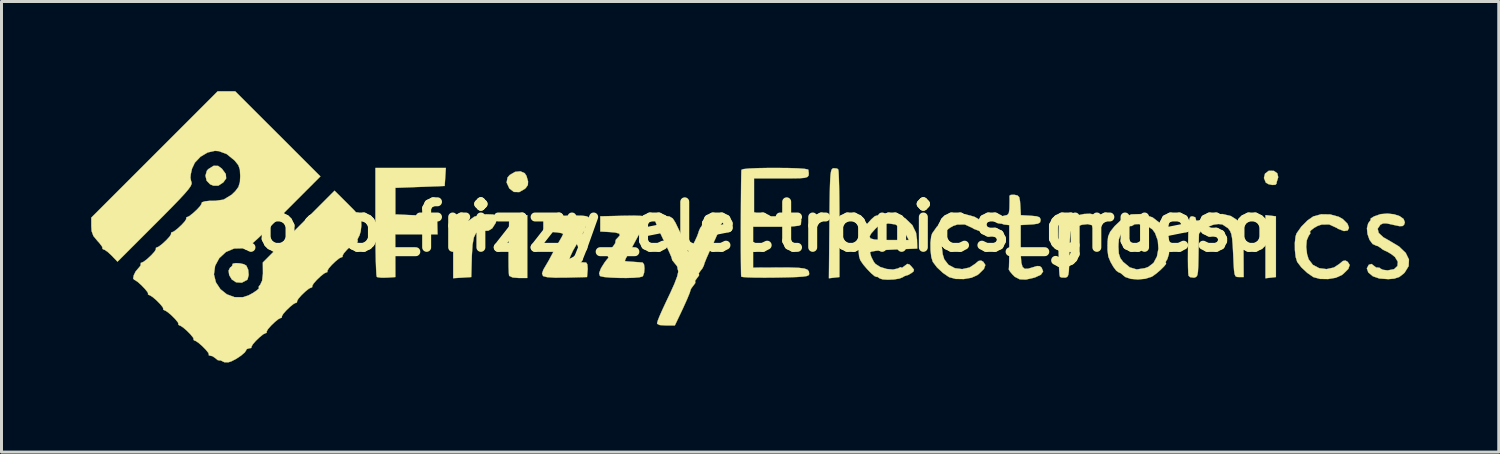
<source format=kicad_pcb>
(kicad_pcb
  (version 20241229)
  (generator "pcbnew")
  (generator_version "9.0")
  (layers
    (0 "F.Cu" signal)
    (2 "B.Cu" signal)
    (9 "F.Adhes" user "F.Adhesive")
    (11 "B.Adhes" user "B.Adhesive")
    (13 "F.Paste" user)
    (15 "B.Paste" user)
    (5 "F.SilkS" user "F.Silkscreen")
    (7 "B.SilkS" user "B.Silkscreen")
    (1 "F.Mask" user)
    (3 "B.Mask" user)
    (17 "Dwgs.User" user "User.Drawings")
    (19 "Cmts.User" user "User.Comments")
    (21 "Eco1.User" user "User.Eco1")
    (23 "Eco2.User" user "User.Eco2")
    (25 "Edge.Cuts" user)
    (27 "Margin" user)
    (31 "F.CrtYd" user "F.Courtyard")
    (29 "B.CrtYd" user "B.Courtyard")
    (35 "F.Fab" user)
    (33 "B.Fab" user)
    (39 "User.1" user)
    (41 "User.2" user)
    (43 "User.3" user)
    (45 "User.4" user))
  (footprint "logo_frizzy_electronics_grueso"
    (layer "F.Cu")
    (at 22.148 4.537)
    (property "Reference" "logo_frizzy_electronics_grueso" (at 0 0 0) (layer "F.SilkS") (effects (font (size 1.524 1.524) (thickness 0.3))))
    (attr through_hole)
    (fp_poly (pts (xy 17.494 -0.349) (xy 17.494 1.683) (xy 17.32 1.703) (xy 17.145 1.723) (xy 17.145 -0.389) (xy 17.494 -0.349)) (stroke (width 0.01) (type solid)) (fill yes) (layer "F.SilkS"))
    (fp_poly (pts (xy -17.9 -2.036) (xy -17.773 -1.942) (xy -17.643 -1.765) (xy -17.631 -1.616) (xy -17.726 -1.484) (xy -17.892 -1.375) (xy -18.057 -1.375) (xy -18.167 -1.42) (xy -18.284 -1.54) (xy -18.323 -1.709) (xy -18.277 -1.872) (xy -18.231 -1.926) (xy -18.052 -2.039) (xy -17.9 -2.036)) (stroke (width 0.01) (type solid)) (fill yes) (layer "F.SilkS"))
    (fp_poly (pts (xy -7.556 1.714) (xy -7.844 1.714) (xy -8.045 1.697) (xy -8.154 1.647) (xy -8.164 1.632) (xy -8.173 1.542) (xy -8.18 1.35) (xy -8.182 1.08) (xy -8.18 0.757) (xy -8.177 0.6) (xy -8.16 -0.349) (xy -7.858 -0.369) (xy -7.556 -0.388) (xy -7.556 1.714)) (stroke (width 0.01) (type solid)) (fill yes) (layer "F.SilkS"))
    (fp_poly (pts (xy -7.64 -1.791) (xy -7.581 -1.699) (xy -7.529 -1.514) (xy -7.536 -1.396) (xy -7.607 -1.296) (xy -7.637 -1.268) (xy -7.822 -1.16) (xy -8.004 -1.165) (xy -8.153 -1.28) (xy -8.156 -1.284) (xy -8.246 -1.48) (xy -8.216 -1.646) (xy -8.144 -1.731) (xy -7.965 -1.836) (xy -7.785 -1.855) (xy -7.64 -1.791)) (stroke (width 0.01) (type solid)) (fill yes) (layer "F.SilkS"))
    (fp_poly (pts (xy 17.427 -1.869) (xy 17.54 -1.788) (xy 17.571 -1.66) (xy 17.556 -1.608) (xy 17.519 -1.49) (xy 17.516 -1.445) (xy 17.477 -1.404) (xy 17.37 -1.399) (xy 17.246 -1.425) (xy 17.157 -1.478) (xy 17.156 -1.479) (xy 17.094 -1.631) (xy 17.13 -1.777) (xy 17.251 -1.87) (xy 17.263 -1.873) (xy 17.427 -1.869)) (stroke (width 0.01) (type solid)) (fill yes) (layer "F.SilkS"))
    (fp_poly (pts (xy -17.169 1.225) (xy -17.037 1.254) (xy -16.955 1.301) (xy -16.893 1.44) (xy -16.878 1.613) (xy -16.912 1.753) (xy -16.931 1.778) (xy -17.105 1.871) (xy -17.298 1.859) (xy -17.441 1.765) (xy -17.529 1.617) (xy -17.549 1.468) (xy -17.498 1.363) (xy -17.466 1.345) (xy -17.421 1.293) (xy -17.426 1.277) (xy -17.407 1.234) (xy -17.306 1.217) (xy -17.169 1.225)) (stroke (width 0.01) (type solid)) (fill yes) (layer "F.SilkS"))
    (fp_poly (pts (xy 2.809 -1.948) (xy 2.85 -1.916) (xy 2.861 -1.838) (xy 2.87 -1.65) (xy 2.878 -1.369) (xy 2.884 -1.011) (xy 2.888 -0.594) (xy 2.89 -0.134) (xy 2.89 -0.085) (xy 2.889 1.683) (xy 2.538 1.723) (xy 2.555 -0.106) (xy 2.56 -0.636) (xy 2.566 -1.053) (xy 2.573 -1.371) (xy 2.582 -1.603) (xy 2.595 -1.763) (xy 2.612 -1.865) (xy 2.634 -1.922) (xy 2.663 -1.949) (xy 2.691 -1.958) (xy 2.809 -1.948)) (stroke (width 0.01) (type solid)) (fill yes) (layer "F.SilkS"))
    (fp_poly (pts (xy -10.319 -1.365) (xy -11.97 -1.302) (xy -11.97 -0.413) (xy -10.573 -0.349) (xy -10.566 -0.048) (xy -10.558 0.254) (xy -11.973 0.254) (xy -11.971 0.968) (xy -11.97 1.683) (xy -12.258 1.702) (xy -12.441 1.704) (xy -12.566 1.687) (xy -12.591 1.675) (xy -12.603 1.602) (xy -12.613 1.419) (xy -12.623 1.142) (xy -12.63 0.787) (xy -12.634 0.371) (xy -12.636 -0.089) (xy -12.636 -0.169) (xy -12.636 -1.968) (xy -10.28 -1.968) (xy -10.319 -1.365)) (stroke (width 0.01) (type solid)) (fill yes) (layer "F.SilkS"))
    (fp_poly (pts (xy -8.696 -0.409) (xy -8.582 -0.353) (xy -8.57 -0.24) (xy -8.614 -0.126) (xy -8.728 0.053) (xy -8.857 0.132) (xy -9.02 0.137) (xy -9.167 0.145) (xy -9.273 0.214) (xy -9.344 0.361) (xy -9.387 0.601) (xy -9.409 0.948) (xy -9.412 1.018) (xy -9.43 1.683) (xy -10.033 1.721) (xy -10.033 -0.381) (xy -9.865 -0.381) (xy -9.706 -0.341) (xy -9.613 -0.27) (xy -9.525 -0.201) (xy -9.479 -0.227) (xy -9.329 -0.337) (xy -9.079 -0.402) (xy -8.922 -0.417) (xy -8.696 -0.409)) (stroke (width 0.01) (type solid)) (fill yes) (layer "F.SilkS"))
    (fp_poly (pts (xy 11.422 -0.406) (xy 11.471 -0.368) (xy 11.515 -0.235) (xy 11.499 -0.112) (xy 11.438 -0.036) (xy 11.348 -0.046) (xy 11.342 -0.051) (xy 11.2 -0.089) (xy 11.005 -0.067) (xy 10.811 0.001) (xy 10.666 0.1) (xy 10.628 0.158) (xy 10.612 0.259) (xy 10.598 0.455) (xy 10.587 0.719) (xy 10.582 0.969) (xy 10.576 1.279) (xy 10.566 1.485) (xy 10.548 1.608) (xy 10.517 1.671) (xy 10.469 1.697) (xy 10.443 1.701) (xy 10.317 1.697) (xy 10.269 1.675) (xy 10.253 1.599) (xy 10.24 1.419) (xy 10.23 1.158) (xy 10.224 0.839) (xy 10.223 0.654) (xy 10.225 0.277) (xy 10.231 0.007) (xy 10.243 -0.172) (xy 10.264 -0.282) (xy 10.295 -0.34) (xy 10.328 -0.362) (xy 10.451 -0.35) (xy 10.505 -0.302) (xy 10.569 -0.239) (xy 10.645 -0.257) (xy 10.724 -0.312) (xy 10.877 -0.385) (xy 11.075 -0.427) (xy 11.272 -0.435) (xy 11.422 -0.406)) (stroke (width 0.01) (type solid)) (fill yes) (layer "F.SilkS"))
    (fp_poly (pts (xy -5.723 -0.369) (xy -5.587 -0.354) (xy -5.514 -0.325) (xy -5.484 -0.285) (xy -5.494 -0.168) (xy -5.558 -0.061) (xy -5.624 0.029) (xy -5.62 0.064) (xy -5.618 0.103) (xy -5.683 0.191) (xy -5.751 0.282) (xy -5.749 0.318) (xy -5.743 0.357) (xy -5.784 0.42) (xy -5.906 0.591) (xy -6.025 0.797) (xy -6.116 0.991) (xy -6.152 1.111) (xy -6.101 1.153) (xy -5.963 1.179) (xy -5.905 1.183) (xy -5.727 1.19) (xy -5.601 1.197) (xy -5.584 1.199) (xy -5.545 1.26) (xy -5.534 1.406) (xy -5.537 1.445) (xy -5.556 1.683) (xy -6.256 1.701) (xy -6.634 1.703) (xy -6.888 1.687) (xy -7.019 1.653) (xy -7.029 1.645) (xy -7.061 1.565) (xy -7.018 1.439) (xy -6.961 1.341) (xy -6.837 1.13) (xy -6.721 0.914) (xy -6.709 0.889) (xy -6.599 0.682) (xy -6.484 0.485) (xy -6.479 0.476) (xy -6.398 0.337) (xy -6.356 0.247) (xy -6.355 0.241) (xy -6.409 0.213) (xy -6.554 0.189) (xy -6.683 0.178) (xy -7.017 0.159) (xy -7.017 -0.349) (xy -6.269 -0.367) (xy -5.943 -0.373) (xy -5.723 -0.369)) (stroke (width 0.01) (type solid)) (fill yes) (layer "F.SilkS"))
    (fp_poly (pts (xy 7.118 -0.412) (xy 7.404 -0.334) (xy 7.541 -0.257) (xy 7.699 -0.099) (xy 7.748 0.036) (xy 7.703 0.124) (xy 7.579 0.144) (xy 7.392 0.073) (xy 7.339 0.039) (xy 7.087 -0.077) (xy 6.835 -0.074) (xy 6.699 -0.029) (xy 6.585 0.035) (xy 6.485 0.111) (xy 6.435 0.173) (xy 6.451 0.191) (xy 6.451 0.23) (xy 6.399 0.302) (xy 6.334 0.454) (xy 6.316 0.676) (xy 6.345 0.921) (xy 6.397 1.089) (xy 6.539 1.275) (xy 6.752 1.387) (xy 6.998 1.418) (xy 7.243 1.364) (xy 7.421 1.247) (xy 7.543 1.146) (xy 7.628 1.131) (xy 7.704 1.173) (xy 7.772 1.279) (xy 7.725 1.411) (xy 7.558 1.576) (xy 7.503 1.618) (xy 7.307 1.706) (xy 7.047 1.75) (xy 6.781 1.745) (xy 6.565 1.688) (xy 6.554 1.683) (xy 6.351 1.543) (xy 6.154 1.359) (xy 6.017 1.179) (xy 6.014 1.175) (xy 5.964 1.013) (xy 5.938 0.782) (xy 5.936 0.536) (xy 5.96 0.325) (xy 5.992 0.225) (xy 6.153 -0.003) (xy 6.358 -0.21) (xy 6.552 -0.345) (xy 6.815 -0.417) (xy 7.118 -0.412)) (stroke (width 0.01) (type solid)) (fill yes) (layer "F.SilkS"))
    (fp_poly (pts (xy 19.31 -0.412) (xy 19.596 -0.334) (xy 19.733 -0.257) (xy 19.891 -0.099) (xy 19.94 0.036) (xy 19.895 0.124) (xy 19.771 0.144) (xy 19.584 0.073) (xy 19.531 0.039) (xy 19.279 -0.077) (xy 19.027 -0.074) (xy 18.891 -0.029) (xy 18.777 0.035) (xy 18.677 0.111) (xy 18.627 0.173) (xy 18.643 0.191) (xy 18.643 0.23) (xy 18.591 0.302) (xy 18.526 0.454) (xy 18.508 0.676) (xy 18.537 0.921) (xy 18.589 1.089) (xy 18.731 1.275) (xy 18.944 1.387) (xy 19.19 1.418) (xy 19.435 1.364) (xy 19.613 1.247) (xy 19.735 1.146) (xy 19.82 1.131) (xy 19.896 1.173) (xy 19.964 1.279) (xy 19.917 1.411) (xy 19.75 1.576) (xy 19.695 1.618) (xy 19.499 1.706) (xy 19.239 1.75) (xy 18.973 1.745) (xy 18.757 1.688) (xy 18.746 1.683) (xy 18.543 1.543) (xy 18.346 1.359) (xy 18.209 1.179) (xy 18.206 1.175) (xy 18.156 1.013) (xy 18.13 0.782) (xy 18.128 0.536) (xy 18.152 0.325) (xy 18.184 0.225) (xy 18.345 -0.003) (xy 18.55 -0.21) (xy 18.744 -0.345) (xy 19.007 -0.417) (xy 19.31 -0.412)) (stroke (width 0.01) (type solid)) (fill yes) (layer "F.SilkS"))
    (fp_poly (pts (xy 8.849 -1.046) (xy 8.905 -0.988) (xy 8.931 -0.859) (xy 8.941 -0.718) (xy 8.96 -0.387) (xy 9.29 -0.368) (xy 9.486 -0.35) (xy 9.586 -0.315) (xy 9.619 -0.251) (xy 9.62 -0.222) (xy 9.602 -0.146) (xy 9.528 -0.103) (xy 9.366 -0.081) (xy 9.287 -0.076) (xy 8.954 -0.057) (xy 8.954 0.626) (xy 8.958 0.971) (xy 8.976 1.206) (xy 9.017 1.346) (xy 9.089 1.407) (xy 9.2 1.405) (xy 9.338 1.364) (xy 9.502 1.315) (xy 9.596 1.32) (xy 9.655 1.369) (xy 9.705 1.496) (xy 9.63 1.606) (xy 9.43 1.697) (xy 9.413 1.702) (xy 9.13 1.767) (xy 8.922 1.759) (xy 8.758 1.674) (xy 8.695 1.614) (xy 8.597 1.499) (xy 8.556 1.429) (xy 8.557 1.424) (xy 8.563 1.353) (xy 8.568 1.182) (xy 8.571 0.937) (xy 8.572 0.671) (xy 8.572 -0.055) (xy 8.398 -0.075) (xy 8.262 -0.121) (xy 8.223 -0.222) (xy 8.265 -0.326) (xy 8.398 -0.369) (xy 8.505 -0.393) (xy 8.557 -0.455) (xy 8.577 -0.592) (xy 8.58 -0.687) (xy 8.583 -0.875) (xy 8.581 -1.007) (xy 8.579 -1.036) (xy 8.626 -1.067) (xy 8.746 -1.068) (xy 8.849 -1.046)) (stroke (width 0.01) (type solid)) (fill yes) (layer "F.SilkS"))
    (fp_poly (pts (xy -3.742 -0.363) (xy -3.603 -0.331) (xy -3.55 -0.269) (xy -3.572 -0.168) (xy -3.653 -0.02) (xy -3.685 0.032) (xy -3.794 0.215) (xy -3.912 0.429) (xy -3.937 0.476) (xy -4.052 0.691) (xy -4.17 0.9) (xy -4.192 0.937) (xy -4.264 1.07) (xy -4.289 1.146) (xy -4.285 1.151) (xy -4.208 1.16) (xy -4.054 1.171) (xy -4 1.175) (xy -3.826 1.187) (xy -3.708 1.197) (xy -3.693 1.199) (xy -3.649 1.26) (xy -3.634 1.391) (xy -3.646 1.538) (xy -3.684 1.646) (xy -3.703 1.665) (xy -3.807 1.691) (xy -4 1.707) (xy -4.248 1.714) (xy -4.516 1.711) (xy -4.771 1.7) (xy -4.979 1.682) (xy -5.106 1.655) (xy -5.125 1.644) (xy -5.152 1.559) (xy -5.101 1.416) (xy -5.061 1.343) (xy -4.962 1.187) (xy -4.878 1.08) (xy -4.861 1.065) (xy -4.833 1.022) (xy -4.852 1.017) (xy -4.858 0.977) (xy -4.794 0.889) (xy -4.727 0.798) (xy -4.731 0.762) (xy -4.734 0.723) (xy -4.677 0.646) (xy -4.609 0.546) (xy -4.605 0.496) (xy -4.592 0.435) (xy -4.542 0.382) (xy -4.458 0.29) (xy -4.478 0.229) (xy -4.61 0.193) (xy -4.778 0.178) (xy -5.112 0.159) (xy -5.112 -0.349) (xy -4.334 -0.367) (xy -3.981 -0.372) (xy -3.742 -0.363)) (stroke (width 0.01) (type solid)) (fill yes) (layer "F.SilkS"))
    (fp_poly (pts (xy 15.988 -0.358) (xy 16.176 -0.238) (xy 16.263 -0.143) (xy 16.325 -0.037) (xy 16.367 0.103) (xy 16.392 0.299) (xy 16.406 0.574) (xy 16.411 0.95) (xy 16.411 1.016) (xy 16.415 1.683) (xy 16.256 1.683) (xy 16.188 1.679) (xy 16.142 1.654) (xy 16.112 1.585) (xy 16.093 1.452) (xy 16.079 1.233) (xy 16.066 0.941) (xy 16.049 0.616) (xy 16.03 0.392) (xy 16.002 0.241) (xy 15.96 0.139) (xy 15.9 0.058) (xy 15.889 0.046) (xy 15.703 -0.078) (xy 15.572 -0.092) (xy 15.44 -0.076) (xy 15.383 -0.062) (xy 15.319 -0.035) (xy 15.147 0.034) (xy 15 0.133) (xy 14.922 0.23) (xy 14.919 0.248) (xy 14.916 0.352) (xy 14.912 0.55) (xy 14.906 0.812) (xy 14.903 1.016) (xy 14.896 1.313) (xy 14.885 1.507) (xy 14.865 1.62) (xy 14.829 1.676) (xy 14.774 1.699) (xy 14.748 1.703) (xy 14.623 1.686) (xy 14.571 1.637) (xy 14.561 1.545) (xy 14.554 1.352) (xy 14.551 1.08) (xy 14.553 0.756) (xy 14.556 0.6) (xy 14.563 0.235) (xy 14.572 -0.023) (xy 14.586 -0.191) (xy 14.607 -0.289) (xy 14.638 -0.335) (xy 14.681 -0.349) (xy 14.7 -0.349) (xy 14.796 -0.317) (xy 14.811 -0.27) (xy 14.828 -0.201) (xy 14.926 -0.21) (xy 15.113 -0.3) (xy 15.134 -0.311) (xy 15.412 -0.41) (xy 15.711 -0.425) (xy 15.988 -0.358)) (stroke (width 0.01) (type solid)) (fill yes) (layer "F.SilkS"))
    (fp_poly (pts (xy 1.156 -1.965) (xy 1.489 -1.955) (xy 1.719 -1.938) (xy 1.836 -1.916) (xy 1.849 -1.905) (xy 1.863 -1.794) (xy 1.859 -1.716) (xy 1.819 -1.666) (xy 1.725 -1.637) (xy 1.559 -1.623) (xy 1.301 -1.619) (xy 0.953 -1.619) (xy 0.032 -1.619) (xy 0.032 -0.349) (xy 0.826 -0.349) (xy 1.158 -0.349) (xy 1.383 -0.343) (xy 1.52 -0.325) (xy 1.589 -0.286) (xy 1.61 -0.22) (xy 1.603 -0.12) (xy 1.595 -0.064) (xy 1.531 -0.036) (xy 1.355 -0.016) (xy 1.082 -0.003) (xy 0.794 0) (xy 0 0) (xy 0 1.369) (xy 0.893 1.365) (xy 1.27 1.366) (xy 1.538 1.376) (xy 1.715 1.398) (xy 1.819 1.437) (xy 1.867 1.496) (xy 1.877 1.579) (xy 1.877 1.587) (xy 1.858 1.623) (xy 1.795 1.649) (xy 1.669 1.668) (xy 1.466 1.682) (xy 1.169 1.692) (xy 0.762 1.7) (xy 0.751 1.7) (xy 0.387 1.703) (xy 0.07 1.701) (xy -0.181 1.693) (xy -0.343 1.682) (xy -0.396 1.668) (xy -0.401 1.598) (xy -0.404 1.421) (xy -0.407 1.156) (xy -0.409 0.824) (xy -0.409 0.445) (xy -0.409 0.038) (xy -0.408 -0.377) (xy -0.406 -0.779) (xy -0.403 -1.149) (xy -0.4 -1.467) (xy -0.396 -1.714) (xy -0.392 -1.868) (xy -0.389 -1.905) (xy -0.324 -1.929) (xy -0.142 -1.948) (xy 0.148 -1.961) (xy 0.534 -1.968) (xy 0.73 -1.968) (xy 1.156 -1.965)) (stroke (width 0.01) (type solid)) (fill yes) (layer "F.SilkS"))
    (fp_poly (pts (xy 21.447 -0.417) (xy 21.635 -0.355) (xy 21.765 -0.262) (xy 21.809 -0.148) (xy 21.782 -0.066) (xy 21.728 -0.023) (xy 21.623 -0.021) (xy 21.434 -0.061) (xy 21.411 -0.067) (xy 21.207 -0.111) (xy 21.083 -0.113) (xy 20.996 -0.071) (xy 20.988 -0.065) (xy 20.899 0.067) (xy 20.934 0.208) (xy 21.091 0.354) (xy 21.274 0.457) (xy 21.612 0.659) (xy 21.837 0.874) (xy 21.946 1.096) (xy 21.935 1.318) (xy 21.803 1.533) (xy 21.77 1.566) (xy 21.621 1.681) (xy 21.453 1.736) (xy 21.254 1.753) (xy 20.954 1.731) (xy 20.739 1.657) (xy 20.586 1.53) (xy 20.537 1.394) (xy 20.601 1.274) (xy 20.603 1.272) (xy 20.697 1.246) (xy 20.763 1.3) (xy 20.851 1.365) (xy 20.894 1.364) (xy 20.969 1.376) (xy 20.986 1.396) (xy 21.071 1.44) (xy 21.224 1.46) (xy 21.237 1.46) (xy 21.447 1.42) (xy 21.561 1.314) (xy 21.573 1.17) (xy 21.478 1.013) (xy 21.368 0.924) (xy 21.23 0.84) (xy 21.139 0.798) (xy 21.133 0.797) (xy 21.055 0.754) (xy 21.009 0.714) (xy 20.902 0.645) (xy 20.857 0.635) (xy 20.73 0.578) (xy 20.626 0.435) (xy 20.559 0.245) (xy 20.54 0.049) (xy 20.582 -0.115) (xy 20.615 -0.159) (xy 20.67 -0.233) (xy 20.658 -0.254) (xy 20.67 -0.279) (xy 20.769 -0.34) (xy 20.788 -0.35) (xy 20.998 -0.422) (xy 21.226 -0.441) (xy 21.447 -0.417)) (stroke (width 0.01) (type solid)) (fill yes) (layer "F.SilkS"))
    (fp_poly (pts (xy 13.367 -0.313) (xy 13.67 -0.08) (xy 13.68 -0.07) (xy 13.785 0.049) (xy 13.831 0.119) (xy 13.827 0.127) (xy 13.823 0.175) (xy 13.87 0.286) (xy 13.92 0.463) (xy 13.934 0.69) (xy 13.914 0.915) (xy 13.861 1.084) (xy 13.841 1.113) (xy 13.8 1.189) (xy 13.815 1.206) (xy 13.818 1.242) (xy 13.748 1.33) (xy 13.632 1.445) (xy 13.498 1.561) (xy 13.371 1.653) (xy 13.331 1.675) (xy 13.122 1.741) (xy 12.877 1.763) (xy 12.641 1.744) (xy 12.46 1.684) (xy 12.408 1.644) (xy 12.3 1.552) (xy 12.23 1.524) (xy 12.154 1.471) (xy 12.056 1.342) (xy 11.96 1.175) (xy 11.892 1.01) (xy 11.885 0.984) (xy 11.859 0.772) (xy 11.86 0.666) (xy 12.224 0.666) (xy 12.237 0.895) (xy 12.289 1.052) (xy 12.383 1.177) (xy 12.605 1.36) (xy 12.837 1.428) (xy 13.108 1.387) (xy 13.225 1.344) (xy 13.4 1.21) (xy 13.514 0.995) (xy 13.563 0.735) (xy 13.543 0.462) (xy 13.451 0.211) (xy 13.364 0.09) (xy 13.244 0.008) (xy 13.075 -0.056) (xy 12.901 -0.09) (xy 12.769 -0.085) (xy 12.729 -0.059) (xy 12.659 -0.022) (xy 12.642 -0.028) (xy 12.572 -0.006) (xy 12.455 0.087) (xy 12.408 0.133) (xy 12.295 0.273) (xy 12.24 0.419) (xy 12.224 0.626) (xy 12.224 0.666) (xy 11.86 0.666) (xy 11.862 0.503) (xy 11.881 0.324) (xy 11.95 0.168) (xy 12.096 -0.017) (xy 12.285 -0.197) (xy 12.483 -0.341) (xy 12.655 -0.414) (xy 12.656 -0.415) (xy 13.027 -0.425) (xy 13.367 -0.313)) (stroke (width 0.01) (type solid)) (fill yes) (layer "F.SilkS"))
    (fp_poly (pts (xy 4.687 -0.423) (xy 4.921 -0.366) (xy 5.092 -0.282) (xy 5.328 -0.055) (xy 5.453 0.201) (xy 5.485 0.435) (xy 5.493 0.73) (xy 4.699 0.762) (xy 4.37 0.78) (xy 4.117 0.804) (xy 3.959 0.831) (xy 3.911 0.857) (xy 3.955 1.009) (xy 4.039 1.173) (xy 4.092 1.242) (xy 4.256 1.347) (xy 4.47 1.413) (xy 4.684 1.432) (xy 4.851 1.395) (xy 4.874 1.38) (xy 4.942 1.351) (xy 4.953 1.367) (xy 4.992 1.369) (xy 5.07 1.311) (xy 5.162 1.243) (xy 5.235 1.265) (xy 5.303 1.335) (xy 5.382 1.433) (xy 5.371 1.493) (xy 5.298 1.55) (xy 5.188 1.614) (xy 5.137 1.628) (xy 5.061 1.654) (xy 5.01 1.688) (xy 4.894 1.734) (xy 4.712 1.763) (xy 4.511 1.772) (xy 4.336 1.761) (xy 4.233 1.727) (xy 4.225 1.718) (xy 4.155 1.673) (xy 4.133 1.679) (xy 4.067 1.653) (xy 3.952 1.556) (xy 3.816 1.416) (xy 3.686 1.263) (xy 3.592 1.125) (xy 3.585 1.111) (xy 3.549 0.999) (xy 3.532 0.826) (xy 3.535 0.569) (xy 3.548 0.326) (xy 3.897 0.326) (xy 3.928 0.391) (xy 4.057 0.427) (xy 4.295 0.442) (xy 4.547 0.445) (xy 5.21 0.445) (xy 5.12 0.27) (xy 4.959 0.041) (xy 4.758 -0.079) (xy 4.529 -0.11) (xy 4.318 -0.087) (xy 4.159 0.004) (xy 4.088 0.072) (xy 3.954 0.222) (xy 3.897 0.326) (xy 3.548 0.326) (xy 3.548 0.316) (xy 3.59 0.217) (xy 3.689 0.069) (xy 3.818 -0.095) (xy 3.952 -0.244) (xy 4.063 -0.344) (xy 4.118 -0.369) (xy 4.204 -0.385) (xy 4.273 -0.411) (xy 4.452 -0.441) (xy 4.687 -0.423)) (stroke (width 0.01) (type solid)) (fill yes) (layer "F.SilkS"))
    (fp_poly (pts (xy -1.028 -0.368) (xy -0.933 -0.325) (xy -0.945 -0.244) (xy -1 -0.173) (xy -1.077 -0.073) (xy -1.093 -0.024) (xy -1.109 0.042) (xy -1.169 0.191) (xy -1.259 0.395) (xy -1.275 0.43) (xy -1.441 0.787) (xy -1.555 1.044) (xy -1.623 1.212) (xy -1.65 1.302) (xy -1.697 1.395) (xy -1.761 1.476) (xy -1.819 1.56) (xy -1.81 1.587) (xy -1.808 1.627) (xy -1.873 1.714) (xy -1.94 1.806) (xy -1.937 1.841) (xy -1.933 1.88) (xy -1.986 1.953) (xy -2.066 2.058) (xy -2.09 2.112) (xy -2.123 2.218) (xy -2.207 2.423) (xy -2.338 2.713) (xy -2.444 2.937) (xy -2.618 3.302) (xy -2.923 3.302) (xy -3.123 3.289) (xy -3.208 3.248) (xy -3.211 3.223) (xy -3.187 3.138) (xy -3.138 3.012) (xy -3.057 2.827) (xy -2.936 2.566) (xy -2.767 2.209) (xy -2.764 2.203) (xy -2.629 1.902) (xy -2.54 1.665) (xy -2.504 1.511) (xy -2.507 1.472) (xy -2.532 1.378) (xy -2.528 1.356) (xy -2.551 1.309) (xy -2.629 1.213) (xy -2.705 1.118) (xy -2.715 1.079) (xy -2.728 1.026) (xy -2.789 0.882) (xy -2.887 0.668) (xy -3.014 0.406) (xy -3.018 0.397) (xy -3.145 0.128) (xy -3.241 -0.099) (xy -3.298 -0.263) (xy -3.306 -0.337) (xy -3.306 -0.337) (xy -3.216 -0.365) (xy -3.052 -0.373) (xy -2.98 -0.369) (xy -2.796 -0.343) (xy -2.687 -0.277) (xy -2.599 -0.139) (xy -2.593 -0.127) (xy -2.455 0.159) (xy -2.339 0.417) (xy -2.254 0.623) (xy -2.212 0.751) (xy -2.21 0.778) (xy -2.176 0.825) (xy -2.166 0.826) (xy -2.113 0.773) (xy -2.032 0.643) (xy -1.943 0.472) (xy -1.865 0.301) (xy -1.819 0.168) (xy -1.815 0.149) (xy -1.768 0.043) (xy -1.72 -0.025) (xy -1.672 -0.106) (xy -1.685 -0.127) (xy -1.685 -0.166) (xy -1.619 -0.254) (xy -1.462 -0.353) (xy -1.239 -0.381) (xy -1.028 -0.368)) (stroke (width 0.01) (type solid)) (fill yes) (layer "F.SilkS"))
    (fp_poly (pts (xy -15.903 -3.108) (xy -14.478 -1.684) (xy -15.694 -0.467) (xy -16.064 -0.098) (xy -16.356 0.189) (xy -16.582 0.403) (xy -16.752 0.554) (xy -16.877 0.652) (xy -16.968 0.705) (xy -17.035 0.723) (xy -17.069 0.721) (xy -17.364 0.728) (xy -17.638 0.844) (xy -17.862 1.051) (xy -18 1.307) (xy -18.04 1.594) (xy -17.974 1.861) (xy -17.823 2.089) (xy -17.608 2.261) (xy -17.351 2.356) (xy -17.072 2.358) (xy -16.881 2.296) (xy -16.728 2.212) (xy -16.602 2.126) (xy -16.531 2.059) (xy -16.542 2.032) (xy -16.538 1.996) (xy -16.49 1.939) (xy -16.427 1.803) (xy -16.4 1.572) (xy -16.4 1.521) (xy -16.403 1.196) (xy -14.004 -1.206) (xy -13.554 -0.759) (xy -13.347 -0.55) (xy -13.216 -0.401) (xy -13.144 -0.287) (xy -13.113 -0.178) (xy -13.108 -0.049) (xy -13.108 -0.039) (xy -13.129 0.154) (xy -13.174 0.302) (xy -13.192 0.329) (xy -13.238 0.426) (xy -13.229 0.466) (xy -13.234 0.505) (xy -13.255 0.508) (xy -13.338 0.547) (xy -13.459 0.644) (xy -13.587 0.766) (xy -13.689 0.883) (xy -13.736 0.964) (xy -13.732 0.978) (xy -13.742 1.014) (xy -13.763 1.016) (xy -13.846 1.055) (xy -13.967 1.152) (xy -14.095 1.274) (xy -14.197 1.391) (xy -14.244 1.472) (xy -14.24 1.486) (xy -14.25 1.522) (xy -14.271 1.524) (xy -14.354 1.563) (xy -14.475 1.66) (xy -14.603 1.782) (xy -14.705 1.899) (xy -14.752 1.98) (xy -14.748 1.994) (xy -14.758 2.03) (xy -14.779 2.032) (xy -14.862 2.071) (xy -14.983 2.168) (xy -15.111 2.29) (xy -15.213 2.407) (xy -15.26 2.488) (xy -15.256 2.502) (xy -15.266 2.538) (xy -15.287 2.54) (xy -15.37 2.579) (xy -15.491 2.676) (xy -15.619 2.798) (xy -15.721 2.915) (xy -15.768 2.996) (xy -15.764 3.01) (xy -15.774 3.046) (xy -15.795 3.048) (xy -15.878 3.087) (xy -15.999 3.184) (xy -16.127 3.306) (xy -16.229 3.423) (xy -16.276 3.504) (xy -16.272 3.518) (xy -16.282 3.554) (xy -16.303 3.556) (xy -16.386 3.595) (xy -16.507 3.692) (xy -16.635 3.814) (xy -16.737 3.931) (xy -16.784 4.012) (xy -16.78 4.026) (xy -16.798 4.058) (xy -16.849 4.064) (xy -16.94 4.092) (xy -16.954 4.12) (xy -17.005 4.202) (xy -17.132 4.311) (xy -17.297 4.421) (xy -17.46 4.505) (xy -17.549 4.533) (xy -17.685 4.535) (xy -17.752 4.503) (xy -17.823 4.468) (xy -17.841 4.475) (xy -17.918 4.46) (xy -17.971 4.413) (xy -18.085 4.332) (xy -18.148 4.318) (xy -18.214 4.3) (xy -18.208 4.28) (xy -18.226 4.22) (xy -18.313 4.112) (xy -18.435 3.988) (xy -18.562 3.879) (xy -18.662 3.815) (xy -18.685 3.81) (xy -18.725 3.785) (xy -18.716 3.772) (xy -18.734 3.712) (xy -18.821 3.604) (xy -18.943 3.48) (xy -19.07 3.371) (xy -19.17 3.307) (xy -19.193 3.302) (xy -19.233 3.277) (xy -19.224 3.264) (xy -19.242 3.204) (xy -19.329 3.096) (xy -19.451 2.972) (xy -19.578 2.863) (xy -19.678 2.799) (xy -19.701 2.794) (xy -19.741 2.769) (xy -19.732 2.756) (xy -19.75 2.696) (xy -19.837 2.588) (xy -19.959 2.464) (xy -20.086 2.355) (xy -20.186 2.291) (xy -20.209 2.286) (xy -20.249 2.261) (xy -20.24 2.248) (xy -20.26 2.189) (xy -20.346 2.081) (xy -20.466 1.956) (xy -20.589 1.846) (xy -20.683 1.783) (xy -20.703 1.778) (xy -20.742 1.733) (xy -20.723 1.625) (xy -20.66 1.497) (xy -20.578 1.4) (xy -20.497 1.305) (xy -20.49 1.248) (xy -20.486 1.208) (xy -20.47 1.206) (xy -20.387 1.168) (xy -20.265 1.073) (xy -20.135 0.952) (xy -20.029 0.835) (xy -19.98 0.754) (xy -19.983 0.739) (xy -19.978 0.7) (xy -19.962 0.699) (xy -19.879 0.66) (xy -19.757 0.565) (xy -19.627 0.444) (xy -19.521 0.327) (xy -19.472 0.246) (xy -19.475 0.231) (xy -19.47 0.192) (xy -19.454 0.191) (xy -19.371 0.152) (xy -19.249 0.057) (xy -19.119 -0.064) (xy -19.013 -0.181) (xy -18.964 -0.262) (xy -18.967 -0.277) (xy -18.962 -0.316) (xy -18.946 -0.318) (xy -18.865 -0.356) (xy -18.743 -0.45) (xy -18.612 -0.57) (xy -18.505 -0.686) (xy -18.454 -0.766) (xy -18.456 -0.782) (xy -18.438 -0.82) (xy -18.331 -0.852) (xy -18.17 -0.869) (xy -18.003 -0.867) (xy -17.721 -0.906) (xy -17.446 -1.072) (xy -17.326 -1.188) (xy -17.22 -1.331) (xy -17.17 -1.495) (xy -17.16 -1.694) (xy -17.171 -1.91) (xy -17.222 -2.059) (xy -17.334 -2.201) (xy -17.357 -2.225) (xy -17.613 -2.433) (xy -17.875 -2.53) (xy -18.007 -2.54) (xy -18.252 -2.485) (xy -18.49 -2.343) (xy -18.679 -2.144) (xy -18.773 -1.945) (xy -18.815 -1.757) (xy -18.826 -1.641) (xy -18.808 -1.544) (xy -18.789 -1.486) (xy -18.787 -1.435) (xy -18.818 -1.362) (xy -18.89 -1.258) (xy -19.013 -1.113) (xy -19.195 -0.916) (xy -19.445 -0.657) (xy -19.772 -0.326) (xy -20.005 -0.093) (xy -21.267 1.168) (xy -21.461 0.965) (xy -21.595 0.841) (xy -21.702 0.769) (xy -21.728 0.762) (xy -21.773 0.739) (xy -21.765 0.725) (xy -21.783 0.663) (xy -21.871 0.546) (xy -21.936 0.475) (xy -22.073 0.308) (xy -22.133 0.144) (xy -22.143 -0.021) (xy -22.143 -0.305) (xy -20.029 -2.418) (xy -17.914 -4.532) (xy -17.329 -4.532) (xy -15.903 -3.108)) (stroke (width 0.01) (type solid)) (fill yes) (layer "F.SilkS")))
  (gr_rect
    (start -3 -3)
    (end 47.099 12.078)
    (stroke (width 0.1) (type default))
    (fill no)
    (layer "Edge.Cuts")))
</source>
